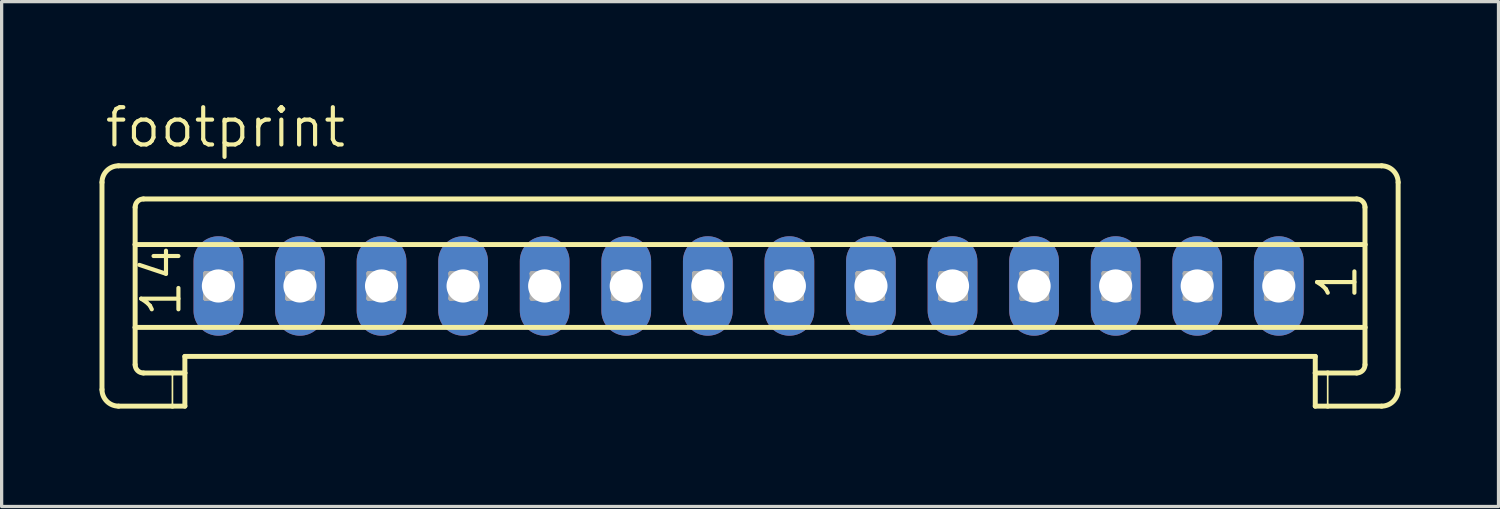
<source format=kicad_pcb>
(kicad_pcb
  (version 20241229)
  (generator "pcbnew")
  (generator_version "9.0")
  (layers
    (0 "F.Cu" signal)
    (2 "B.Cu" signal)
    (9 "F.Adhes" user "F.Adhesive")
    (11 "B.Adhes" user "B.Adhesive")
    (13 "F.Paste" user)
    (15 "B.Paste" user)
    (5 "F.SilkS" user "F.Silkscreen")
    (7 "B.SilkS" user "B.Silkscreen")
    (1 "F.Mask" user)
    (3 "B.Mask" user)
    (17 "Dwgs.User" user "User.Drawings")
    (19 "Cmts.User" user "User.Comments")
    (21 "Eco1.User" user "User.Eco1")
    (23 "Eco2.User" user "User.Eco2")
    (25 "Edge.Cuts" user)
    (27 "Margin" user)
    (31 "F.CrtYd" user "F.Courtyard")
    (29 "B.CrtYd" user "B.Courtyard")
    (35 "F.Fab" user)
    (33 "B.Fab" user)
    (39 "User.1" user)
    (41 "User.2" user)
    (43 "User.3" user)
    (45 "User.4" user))
  (footprint "footprint"
    (layer "F.Cu")
    (at 19.894 5.715)
    (property "Reference" "footprint" (at -19.793 -4.191 0) (layer "F.SilkS") (effects (font (size 1.143 1.143) (thickness 0.127)) (justify left bottom)))
    (fp_line (start -19.818 -3.175) (end -19.818 3.175) (stroke (width 0.152) (type solid)) (layer "F.SilkS"))
    (fp_line (start -19.31 -3.683) (end 19.4 -3.683) (stroke (width 0.152) (type solid)) (layer "F.SilkS"))
    (fp_line (start -18.802 -1.27) (end -18.802 -2.413) (stroke (width 0.152) (type solid)) (layer "F.SilkS"))
    (fp_line (start -18.802 -1.27) (end 18.892 -1.27) (stroke (width 0.152) (type solid)) (layer "F.SilkS"))
    (fp_line (start -18.802 1.27) (end -18.802 -1.27) (stroke (width 0.152) (type solid)) (layer "F.SilkS"))
    (fp_line (start -18.802 1.27) (end 18.892 1.27) (stroke (width 0.152) (type solid)) (layer "F.SilkS"))
    (fp_line (start -18.802 2.413) (end -18.802 1.27) (stroke (width 0.152) (type solid)) (layer "F.SilkS"))
    (fp_line (start -18.548 -2.667) (end 18.638 -2.667) (stroke (width 0.152) (type solid)) (layer "F.SilkS"))
    (fp_line (start -18.548 2.667) (end -17.659 2.667) (stroke (width 0.152) (type solid)) (layer "F.SilkS"))
    (fp_line (start -17.659 2.667) (end -17.659 3.683) (stroke (width 0.051) (type solid)) (layer "F.SilkS"))
    (fp_line (start -17.659 2.667) (end -17.278 2.667) (stroke (width 0.152) (type solid)) (layer "F.SilkS"))
    (fp_line (start -17.659 3.683) (end -19.31 3.683) (stroke (width 0.152) (type solid)) (layer "F.SilkS"))
    (fp_line (start -17.278 2.159) (end 17.368 2.159) (stroke (width 0.152) (type solid)) (layer "F.SilkS"))
    (fp_line (start -17.278 2.667) (end -17.278 2.159) (stroke (width 0.152) (type solid)) (layer "F.SilkS"))
    (fp_line (start -17.278 2.667) (end -17.278 3.683) (stroke (width 0.152) (type solid)) (layer "F.SilkS"))
    (fp_line (start -17.278 3.683) (end -17.659 3.683) (stroke (width 0.152) (type solid)) (layer "F.SilkS"))
    (fp_line (start 17.368 2.667) (end 17.368 2.159) (stroke (width 0.152) (type solid)) (layer "F.SilkS"))
    (fp_line (start 17.368 2.667) (end 17.749 2.667) (stroke (width 0.152) (type solid)) (layer "F.SilkS"))
    (fp_line (start 17.368 3.683) (end 17.368 2.667) (stroke (width 0.152) (type solid)) (layer "F.SilkS"))
    (fp_line (start 17.749 2.667) (end 17.749 3.683) (stroke (width 0.051) (type solid)) (layer "F.SilkS"))
    (fp_line (start 17.749 2.667) (end 18.638 2.667) (stroke (width 0.152) (type solid)) (layer "F.SilkS"))
    (fp_line (start 17.749 3.683) (end 17.368 3.683) (stroke (width 0.152) (type solid)) (layer "F.SilkS"))
    (fp_line (start 18.892 -1.27) (end 18.892 -2.413) (stroke (width 0.152) (type solid)) (layer "F.SilkS"))
    (fp_line (start 18.892 1.27) (end 18.892 -1.27) (stroke (width 0.152) (type solid)) (layer "F.SilkS"))
    (fp_line (start 18.892 2.413) (end 18.892 1.27) (stroke (width 0.152) (type solid)) (layer "F.SilkS"))
    (fp_line (start 19.4 3.683) (end 17.749 3.683) (stroke (width 0.152) (type solid)) (layer "F.SilkS"))
    (fp_line (start 19.908 -3.175) (end 19.908 3.175) (stroke (width 0.152) (type solid)) (layer "F.SilkS"))
    (fp_arc (start -19.818 -3.175) (mid -19.66921 -3.53421) (end -19.31 -3.683) (stroke (width 0.1524) (type solid)) (layer "F.SilkS"))
    (fp_arc (start -19.31 3.683) (mid -19.66921 3.53421) (end -19.818 3.175) (stroke (width 0.1524) (type solid)) (layer "F.SilkS"))
    (fp_arc (start -18.802 -2.413) (mid -18.727605 -2.592605) (end -18.548 -2.667) (stroke (width 0.1524) (type solid)) (layer "F.SilkS"))
    (fp_arc (start -18.548 2.667) (mid -18.727605 2.592605) (end -18.802 2.413) (stroke (width 0.1524) (type solid)) (layer "F.SilkS"))
    (fp_arc (start 18.638 -2.667) (mid 18.817605 -2.592605) (end 18.892 -2.413) (stroke (width 0.1524) (type solid)) (layer "F.SilkS"))
    (fp_arc (start 18.892 2.413) (mid 18.817605 2.592605) (end 18.638 2.667) (stroke (width 0.1524) (type solid)) (layer "F.SilkS"))
    (fp_arc (start 19.4 -3.683) (mid 19.75921 -3.53421) (end 19.908 -3.175) (stroke (width 0.1524) (type solid)) (layer "F.SilkS"))
    (fp_arc (start 19.908 3.175) (mid 19.75921 3.53421) (end 19.4 3.683) (stroke (width 0.1524) (type solid)) (layer "F.SilkS"))
    (fp_line (start -16.643 -0.381) (end -16.643 0.381) (stroke (width 0.152) (type solid)) (layer "F.Fab"))
    (fp_line (start -16.643 -0.381) (end -15.881 0.381) (stroke (width 0.152) (type solid)) (layer "F.Fab"))
    (fp_line (start -16.643 0.381) (end -15.881 0.381) (stroke (width 0.152) (type solid)) (layer "F.Fab"))
    (fp_line (start -15.881 -0.381) (end -16.643 -0.381) (stroke (width 0.152) (type solid)) (layer "F.Fab"))
    (fp_line (start -15.881 -0.381) (end -16.643 0.381) (stroke (width 0.152) (type solid)) (layer "F.Fab"))
    (fp_line (start -15.881 0.381) (end -15.881 -0.381) (stroke (width 0.152) (type solid)) (layer "F.Fab"))
    (fp_line (start -14.128 -0.381) (end -14.128 0.381) (stroke (width 0.152) (type solid)) (layer "F.Fab"))
    (fp_line (start -14.128 -0.381) (end -13.366 0.381) (stroke (width 0.152) (type solid)) (layer "F.Fab"))
    (fp_line (start -14.128 0.381) (end -13.366 0.381) (stroke (width 0.152) (type solid)) (layer "F.Fab"))
    (fp_line (start -13.366 -0.381) (end -14.128 -0.381) (stroke (width 0.152) (type solid)) (layer "F.Fab"))
    (fp_line (start -13.366 -0.381) (end -14.128 0.381) (stroke (width 0.152) (type solid)) (layer "F.Fab"))
    (fp_line (start -13.366 0.381) (end -13.366 -0.381) (stroke (width 0.152) (type solid)) (layer "F.Fab"))
    (fp_line (start -11.639 -0.381) (end -11.639 0.381) (stroke (width 0.152) (type solid)) (layer "F.Fab"))
    (fp_line (start -11.639 -0.381) (end -10.877 0.381) (stroke (width 0.152) (type solid)) (layer "F.Fab"))
    (fp_line (start -11.639 0.381) (end -10.877 0.381) (stroke (width 0.152) (type solid)) (layer "F.Fab"))
    (fp_line (start -10.877 -0.381) (end -11.639 -0.381) (stroke (width 0.152) (type solid)) (layer "F.Fab"))
    (fp_line (start -10.877 -0.381) (end -11.639 0.381) (stroke (width 0.152) (type solid)) (layer "F.Fab"))
    (fp_line (start -10.877 0.381) (end -10.877 -0.381) (stroke (width 0.152) (type solid)) (layer "F.Fab"))
    (fp_line (start -9.125 -0.381) (end -9.125 0.381) (stroke (width 0.152) (type solid)) (layer "F.Fab"))
    (fp_line (start -9.125 -0.381) (end -8.363 0.381) (stroke (width 0.152) (type solid)) (layer "F.Fab"))
    (fp_line (start -9.125 0.381) (end -8.363 0.381) (stroke (width 0.152) (type solid)) (layer "F.Fab"))
    (fp_line (start -8.363 -0.381) (end -9.125 -0.381) (stroke (width 0.152) (type solid)) (layer "F.Fab"))
    (fp_line (start -8.363 -0.381) (end -9.125 0.381) (stroke (width 0.152) (type solid)) (layer "F.Fab"))
    (fp_line (start -8.363 0.381) (end -8.363 -0.381) (stroke (width 0.152) (type solid)) (layer "F.Fab"))
    (fp_line (start -6.635 -0.381) (end -6.635 0.381) (stroke (width 0.152) (type solid)) (layer "F.Fab"))
    (fp_line (start -6.635 -0.381) (end -5.873 0.381) (stroke (width 0.152) (type solid)) (layer "F.Fab"))
    (fp_line (start -6.635 0.381) (end -5.873 0.381) (stroke (width 0.152) (type solid)) (layer "F.Fab"))
    (fp_line (start -5.873 -0.381) (end -6.635 -0.381) (stroke (width 0.152) (type solid)) (layer "F.Fab"))
    (fp_line (start -5.873 -0.381) (end -6.635 0.381) (stroke (width 0.152) (type solid)) (layer "F.Fab"))
    (fp_line (start -5.873 0.381) (end -5.873 -0.381) (stroke (width 0.152) (type solid)) (layer "F.Fab"))
    (fp_line (start -4.146 -0.381) (end -4.146 0.381) (stroke (width 0.152) (type solid)) (layer "F.Fab"))
    (fp_line (start -4.146 -0.381) (end -3.384 0.381) (stroke (width 0.152) (type solid)) (layer "F.Fab"))
    (fp_line (start -4.146 0.381) (end -3.384 0.381) (stroke (width 0.152) (type solid)) (layer "F.Fab"))
    (fp_line (start -3.384 -0.381) (end -4.146 -0.381) (stroke (width 0.152) (type solid)) (layer "F.Fab"))
    (fp_line (start -3.384 -0.381) (end -4.146 0.381) (stroke (width 0.152) (type solid)) (layer "F.Fab"))
    (fp_line (start -3.384 0.381) (end -3.384 -0.381) (stroke (width 0.152) (type solid)) (layer "F.Fab"))
    (fp_line (start -1.657 -0.381) (end -1.657 0.381) (stroke (width 0.152) (type solid)) (layer "F.Fab"))
    (fp_line (start -1.657 -0.381) (end -0.895 0.381) (stroke (width 0.152) (type solid)) (layer "F.Fab"))
    (fp_line (start -1.657 0.381) (end -0.895 0.381) (stroke (width 0.152) (type solid)) (layer "F.Fab"))
    (fp_line (start -0.895 -0.381) (end -1.657 -0.381) (stroke (width 0.152) (type solid)) (layer "F.Fab"))
    (fp_line (start -0.895 -0.381) (end -1.657 0.381) (stroke (width 0.152) (type solid)) (layer "F.Fab"))
    (fp_line (start -0.895 0.381) (end -0.895 -0.381) (stroke (width 0.152) (type solid)) (layer "F.Fab"))
    (fp_line (start 0.858 -0.381) (end 0.858 0.381) (stroke (width 0.152) (type solid)) (layer "F.Fab"))
    (fp_line (start 0.858 -0.381) (end 1.62 0.381) (stroke (width 0.152) (type solid)) (layer "F.Fab"))
    (fp_line (start 0.858 0.381) (end 1.62 0.381) (stroke (width 0.152) (type solid)) (layer "F.Fab"))
    (fp_line (start 1.62 -0.381) (end 0.858 -0.381) (stroke (width 0.152) (type solid)) (layer "F.Fab"))
    (fp_line (start 1.62 -0.381) (end 0.858 0.381) (stroke (width 0.152) (type solid)) (layer "F.Fab"))
    (fp_line (start 1.62 0.381) (end 1.62 -0.381) (stroke (width 0.152) (type solid)) (layer "F.Fab"))
    (fp_line (start 3.347 -0.381) (end 3.347 0.381) (stroke (width 0.152) (type solid)) (layer "F.Fab"))
    (fp_line (start 3.347 -0.381) (end 4.109 0.381) (stroke (width 0.152) (type solid)) (layer "F.Fab"))
    (fp_line (start 3.347 0.381) (end 4.109 0.381) (stroke (width 0.152) (type solid)) (layer "F.Fab"))
    (fp_line (start 4.109 -0.381) (end 3.347 -0.381) (stroke (width 0.152) (type solid)) (layer "F.Fab"))
    (fp_line (start 4.109 -0.381) (end 3.347 0.381) (stroke (width 0.152) (type solid)) (layer "F.Fab"))
    (fp_line (start 4.109 0.381) (end 4.109 -0.381) (stroke (width 0.152) (type solid)) (layer "F.Fab"))
    (fp_line (start 5.887 -0.381) (end 5.887 0.381) (stroke (width 0.152) (type solid)) (layer "F.Fab"))
    (fp_line (start 5.887 -0.381) (end 6.649 0.381) (stroke (width 0.152) (type solid)) (layer "F.Fab"))
    (fp_line (start 5.887 0.381) (end 6.649 0.381) (stroke (width 0.152) (type solid)) (layer "F.Fab"))
    (fp_line (start 6.649 -0.381) (end 5.887 -0.381) (stroke (width 0.152) (type solid)) (layer "F.Fab"))
    (fp_line (start 6.649 -0.381) (end 5.887 0.381) (stroke (width 0.152) (type solid)) (layer "F.Fab"))
    (fp_line (start 6.649 0.381) (end 6.649 -0.381) (stroke (width 0.152) (type solid)) (layer "F.Fab"))
    (fp_line (start 8.376 -0.381) (end 8.376 0.381) (stroke (width 0.152) (type solid)) (layer "F.Fab"))
    (fp_line (start 8.376 -0.381) (end 9.138 0.381) (stroke (width 0.152) (type solid)) (layer "F.Fab"))
    (fp_line (start 8.376 0.381) (end 9.138 0.381) (stroke (width 0.152) (type solid)) (layer "F.Fab"))
    (fp_line (start 9.138 -0.381) (end 8.376 -0.381) (stroke (width 0.152) (type solid)) (layer "F.Fab"))
    (fp_line (start 9.138 -0.381) (end 8.376 0.381) (stroke (width 0.152) (type solid)) (layer "F.Fab"))
    (fp_line (start 9.138 0.381) (end 9.138 -0.381) (stroke (width 0.152) (type solid)) (layer "F.Fab"))
    (fp_line (start 10.891 -0.381) (end 10.891 0.381) (stroke (width 0.152) (type solid)) (layer "F.Fab"))
    (fp_line (start 10.891 -0.381) (end 11.653 0.381) (stroke (width 0.152) (type solid)) (layer "F.Fab"))
    (fp_line (start 10.891 0.381) (end 11.653 0.381) (stroke (width 0.152) (type solid)) (layer "F.Fab"))
    (fp_line (start 11.653 -0.381) (end 10.891 -0.381) (stroke (width 0.152) (type solid)) (layer "F.Fab"))
    (fp_line (start 11.653 -0.381) (end 10.891 0.381) (stroke (width 0.152) (type solid)) (layer "F.Fab"))
    (fp_line (start 11.653 0.381) (end 11.653 -0.381) (stroke (width 0.152) (type solid)) (layer "F.Fab"))
    (fp_line (start 13.38 -0.381) (end 13.38 0.381) (stroke (width 0.152) (type solid)) (layer "F.Fab"))
    (fp_line (start 13.38 -0.381) (end 14.142 0.381) (stroke (width 0.152) (type solid)) (layer "F.Fab"))
    (fp_line (start 13.38 0.381) (end 14.142 0.381) (stroke (width 0.152) (type solid)) (layer "F.Fab"))
    (fp_line (start 14.142 -0.381) (end 13.38 -0.381) (stroke (width 0.152) (type solid)) (layer "F.Fab"))
    (fp_line (start 14.142 -0.381) (end 13.38 0.381) (stroke (width 0.152) (type solid)) (layer "F.Fab"))
    (fp_line (start 14.142 0.381) (end 14.142 -0.381) (stroke (width 0.152) (type solid)) (layer "F.Fab"))
    (fp_line (start 15.869 -0.381) (end 15.869 0.381) (stroke (width 0.152) (type solid)) (layer "F.Fab"))
    (fp_line (start 15.869 -0.381) (end 16.631 0.381) (stroke (width 0.152) (type solid)) (layer "F.Fab"))
    (fp_line (start 15.869 0.381) (end 16.631 0.381) (stroke (width 0.152) (type solid)) (layer "F.Fab"))
    (fp_line (start 16.631 -0.381) (end 15.869 -0.381) (stroke (width 0.152) (type solid)) (layer "F.Fab"))
    (fp_line (start 16.631 -0.381) (end 15.869 0.381) (stroke (width 0.152) (type solid)) (layer "F.Fab"))
    (fp_line (start 16.631 0.381) (end 16.631 -0.381) (stroke (width 0.152) (type solid)) (layer "F.Fab"))
    (fp_text user "14" (at -17.329 1.016 90) (layer "F.SilkS") (effects (font (size 1.143 1.143) (thickness 0.127)) (justify left bottom)))
    (fp_text user "1" (at 18.714 0.508 90) (layer "F.SilkS") (effects (font (size 1.143 1.143) (thickness 0.127)) (justify left bottom)))
    (pad "1" thru_hole oval (at 16.25 0 90) (size 3.048 1.524) (drill 1.016) (layers "*.Cu" "*.Mask"))
    (pad "2" thru_hole oval (at 13.75 0 90) (size 3.048 1.524) (drill 1.016) (layers "*.Cu" "*.Mask"))
    (pad "3" thru_hole oval (at 11.25 0 90) (size 3.048 1.524) (drill 1.016) (layers "*.Cu" "*.Mask"))
    (pad "4" thru_hole oval (at 8.75 0 90) (size 3.048 1.524) (drill 1.016) (layers "*.Cu" "*.Mask"))
    (pad "5" thru_hole oval (at 6.25 0 90) (size 3.048 1.524) (drill 1.016) (layers "*.Cu" "*.Mask"))
    (pad "6" thru_hole oval (at 3.75 0 90) (size 3.048 1.524) (drill 1.016) (layers "*.Cu" "*.Mask"))
    (pad "7" thru_hole oval (at 1.25 0 90) (size 3.048 1.524) (drill 1.016) (layers "*.Cu" "*.Mask"))
    (pad "8" thru_hole oval (at -1.25 0 90) (size 3.048 1.524) (drill 1.016) (layers "*.Cu" "*.Mask"))
    (pad "9" thru_hole oval (at -3.75 0 90) (size 3.048 1.524) (drill 1.016) (layers "*.Cu" "*.Mask"))
    (pad "10" thru_hole oval (at -6.25 0 90) (size 3.048 1.524) (drill 1.016) (layers "*.Cu" "*.Mask"))
    (pad "11" thru_hole oval (at -8.75 0 90) (size 3.048 1.524) (drill 1.016) (layers "*.Cu" "*.Mask"))
    (pad "12" thru_hole oval (at -11.25 0 90) (size 3.048 1.524) (drill 1.016) (layers "*.Cu" "*.Mask"))
    (pad "13" thru_hole oval (at -13.75 0 90) (size 3.048 1.524) (drill 1.016) (layers "*.Cu" "*.Mask"))
    (pad "14" thru_hole oval (at -16.25 0 90) (size 3.048 1.524) (drill 1.016) (layers "*.Cu" "*.Mask")))
  (gr_rect
    (start -3 -3)
    (end 42.878 12.474)
    (stroke (width 0.1) (type default))
    (fill no)
    (layer "Edge.Cuts")))
</source>
